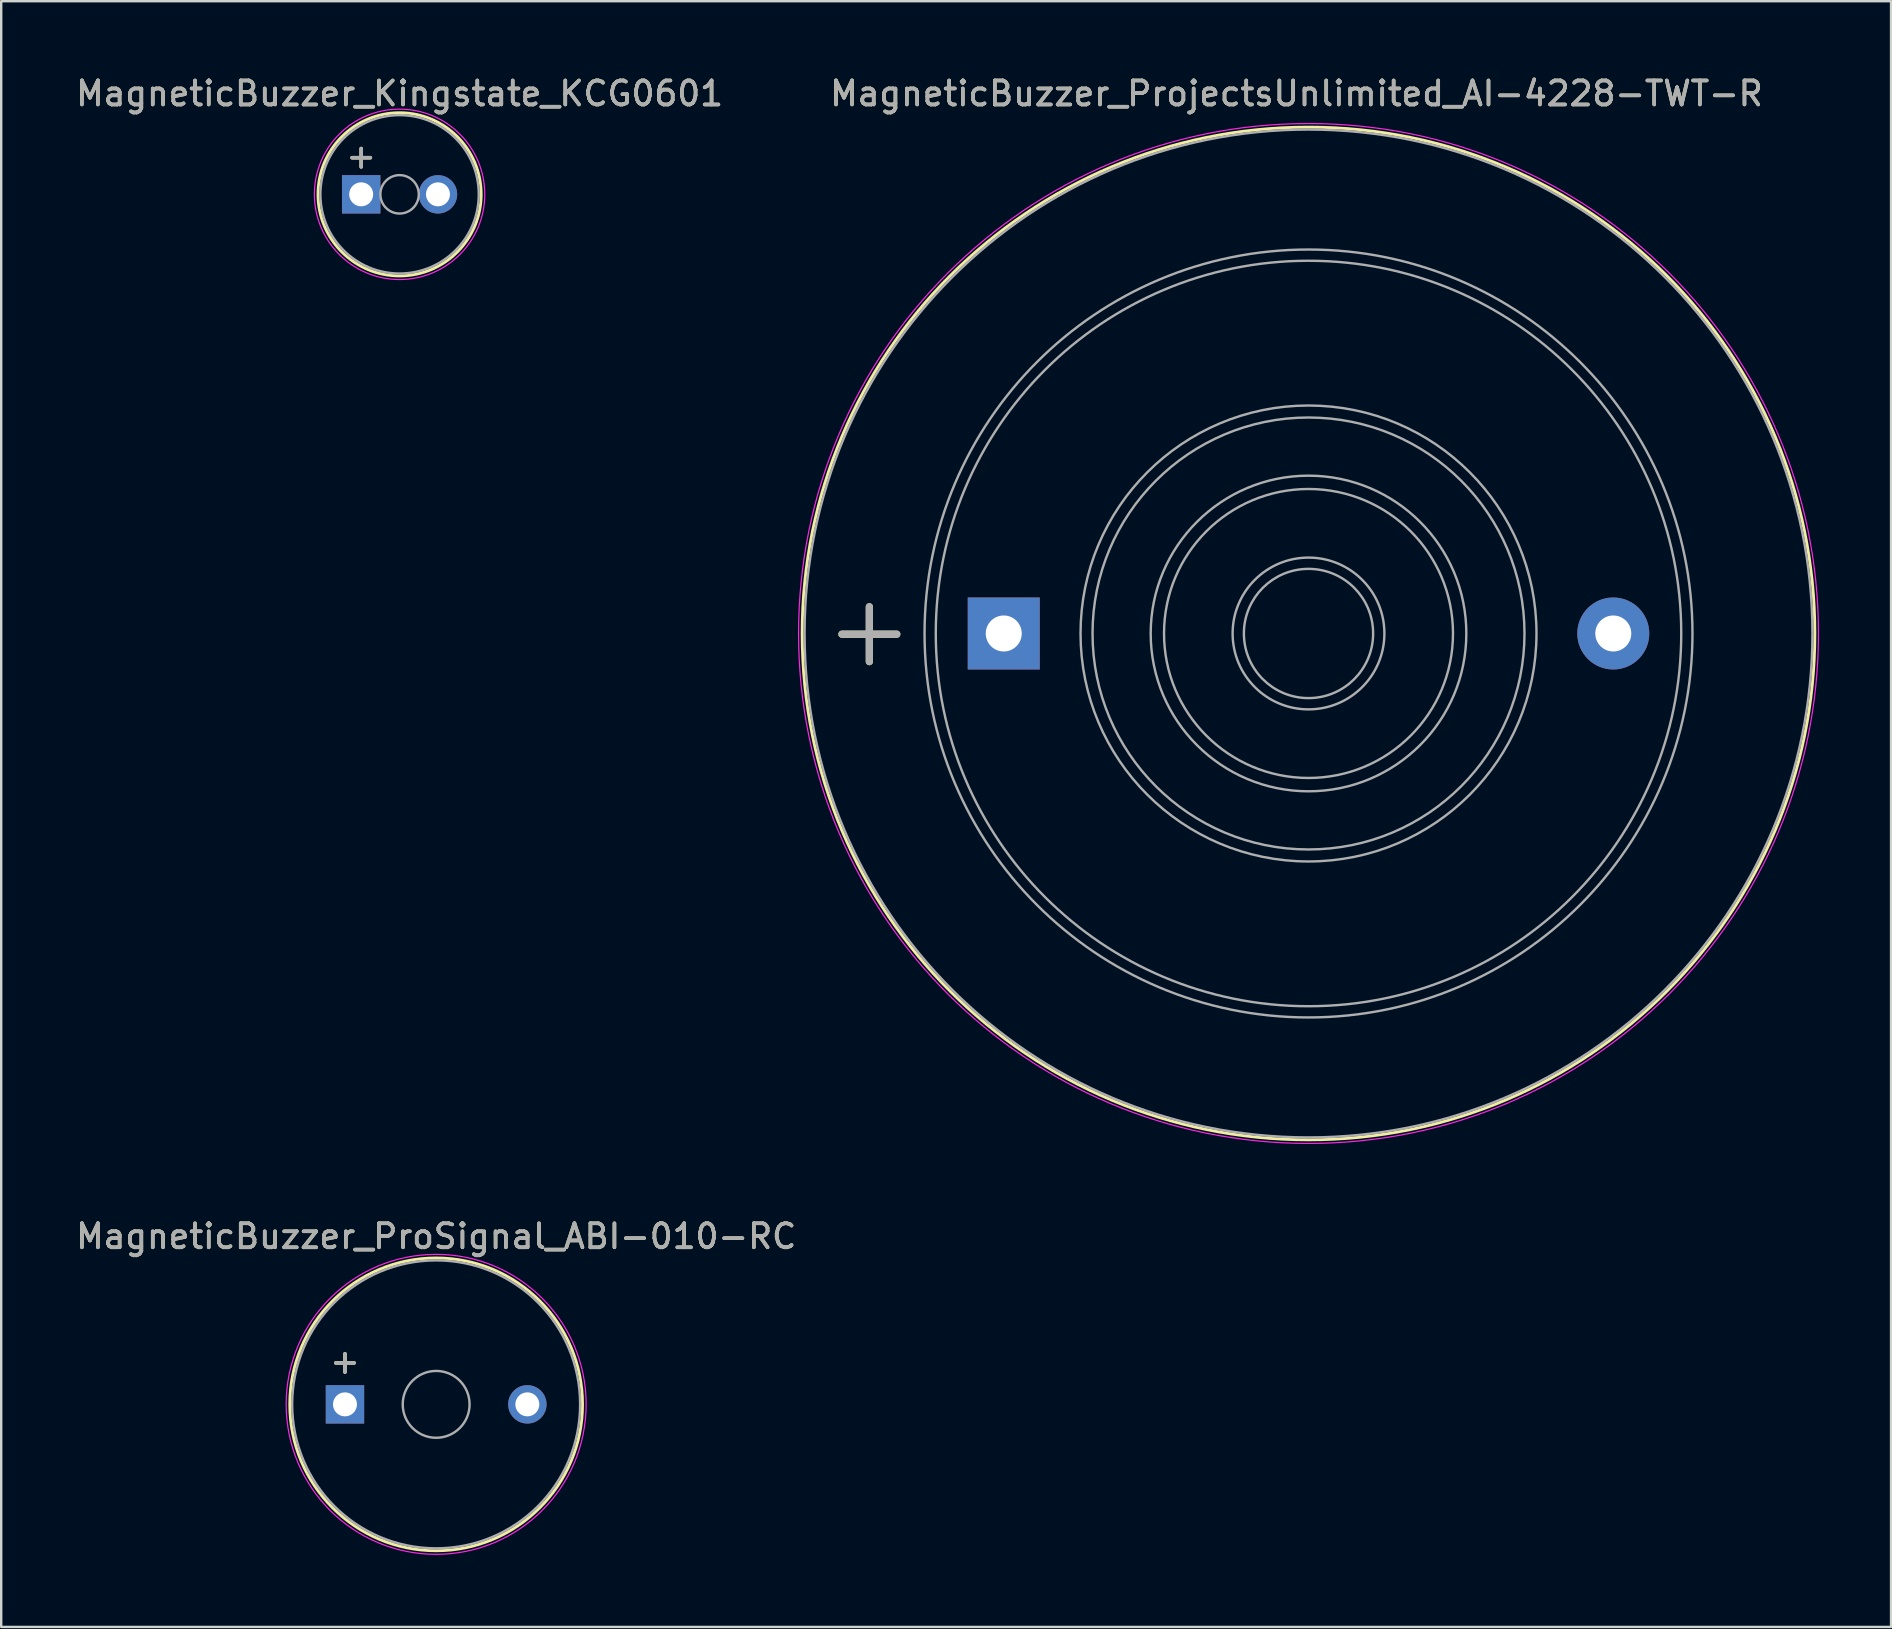
<source format=kicad_pcb>
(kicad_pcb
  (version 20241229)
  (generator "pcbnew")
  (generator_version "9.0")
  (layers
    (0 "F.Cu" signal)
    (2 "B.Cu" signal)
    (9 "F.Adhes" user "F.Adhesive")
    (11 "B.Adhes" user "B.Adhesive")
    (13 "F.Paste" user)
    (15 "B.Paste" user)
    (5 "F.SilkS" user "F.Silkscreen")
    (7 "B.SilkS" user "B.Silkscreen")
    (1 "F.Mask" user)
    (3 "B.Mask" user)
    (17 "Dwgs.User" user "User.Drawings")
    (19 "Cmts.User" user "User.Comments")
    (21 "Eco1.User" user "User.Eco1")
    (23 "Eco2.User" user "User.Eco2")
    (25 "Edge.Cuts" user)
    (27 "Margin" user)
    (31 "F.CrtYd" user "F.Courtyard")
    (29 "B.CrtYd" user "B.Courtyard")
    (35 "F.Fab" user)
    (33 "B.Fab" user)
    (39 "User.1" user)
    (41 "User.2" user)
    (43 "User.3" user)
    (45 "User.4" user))
  (footprint "MagneticBuzzer_ProSignal_ABI-010-RC"
    (layer "F.Cu")
    (at 11.325 55.471)
    (property "Reference" "MagneticBuzzer_ProSignal_ABI-010-RC" (at 3.8 -7 0) (layer "F.SilkS") (effects (font (size 1 1) (thickness 0.15))))
    (attr through_hole)
    (fp_circle (center 3.8 0) (end 9.9 0) (stroke (width 0.12) (type solid)) (fill no) (layer "F.SilkS"))
    (fp_circle (center 3.8 0) (end 10.05 0) (stroke (width 0.05) (type solid)) (fill no) (layer "F.CrtYd"))
    (fp_circle (center 3.8 0) (end 5.1 0.5) (stroke (width 0.1) (type solid)) (fill no) (layer "F.Fab"))
    (fp_circle (center 3.8 0) (end 9.8 0) (stroke (width 0.1) (type solid)) (fill no) (layer "F.Fab"))
    (fp_text user "+" (at 0 -1.8 0) (layer "F.SilkS") (effects (font (size 1 1) (thickness 0.15))))
    (fp_text user "+" (at 0 -1.8 0) (layer "F.Fab") (effects (font (size 1 1) (thickness 0.15))))
    (fp_text user "${REFERENCE}" (at 3.8 -7 0) (layer "F.Fab") (effects (font (size 1 1) (thickness 0.15))))
    (pad "1" thru_hole rect (at 0 0) (size 1.6 1.6) (drill 1) (layers "*.Cu" "*.Mask"))
    (pad "2" thru_hole circle (at 7.6 0) (size 1.6 1.6) (drill 1) (layers "*.Cu" "*.Mask")))
  (footprint "MagneticBuzzer_Kingstate_KCG0601"
    (layer "F.Cu")
    (at 12.001 5.048)
    (property "Reference" "MagneticBuzzer_Kingstate_KCG0601" (at 1.6 -4.2 0) (layer "F.SilkS") (effects (font (size 1 1) (thickness 0.15))))
    (attr through_hole)
    (fp_circle (center 1.6 0) (end 5 0) (stroke (width 0.12) (type solid)) (fill no) (layer "F.SilkS"))
    (fp_circle (center 1.6 0) (end 5.15 0) (stroke (width 0.05) (type solid)) (fill no) (layer "F.CrtYd"))
    (fp_circle (center 1.6 0) (end 2.4 0) (stroke (width 0.1) (type solid)) (fill no) (layer "F.Fab"))
    (fp_circle (center 1.6 0) (end 4.9 0) (stroke (width 0.1) (type solid)) (fill no) (layer "F.Fab"))
    (fp_text user "+" (at 0 -1.6 0) (layer "F.SilkS") (effects (font (size 1 1) (thickness 0.15))))
    (fp_text user "+" (at 0 -1.6 0) (layer "F.Fab") (effects (font (size 1 1) (thickness 0.15))))
    (fp_text user "${REFERENCE}" (at 1.6 -4.2 0) (layer "F.Fab") (effects (font (size 1 1) (thickness 0.15))))
    (pad "1" thru_hole rect (at 0 0) (size 1.6 1.6) (drill 1) (layers "*.Cu" "*.Mask"))
    (pad "2" thru_hole circle (at 3.2 0) (size 1.6 1.6) (drill 1) (layers "*.Cu" "*.Mask")))
  (footprint "MagneticBuzzer_ProjectsUnlimited_AI-4228-TWT-R"
    (layer "F.Cu")
    (at 38.777 23.348)
    (property "Reference" "MagneticBuzzer_ProjectsUnlimited_AI-4228-TWT-R" (at 12.2 -22.5 0) (layer "F.SilkS") (effects (font (size 1 1) (thickness 0.15))))
    (attr through_hole)
    (fp_circle (center 12.7 0) (end 33.8 0) (stroke (width 0.12) (type solid)) (fill no) (layer "F.SilkS"))
    (fp_circle (center 12.7 0) (end 33.95 0) (stroke (width 0.05) (type solid)) (fill no) (layer "F.CrtYd"))
    (fp_circle (center 12.7 0) (end 15.2 1) (stroke (width 0.1) (type solid)) (fill no) (layer "F.Fab"))
    (fp_circle (center 12.7 0) (end 15.7 1) (stroke (width 0.1) (type solid)) (fill no) (layer "F.Fab"))
    (fp_circle (center 12.7 0) (end 18.7 0.5) (stroke (width 0.1) (type solid)) (fill no) (layer "F.Fab"))
    (fp_circle (center 12.7 0) (end 19.2 1) (stroke (width 0.1) (type solid)) (fill no) (layer "F.Fab"))
    (fp_circle (center 12.7 0) (end 21.7 0) (stroke (width 0.1) (type solid)) (fill no) (layer "F.Fab"))
    (fp_circle (center 12.7 0) (end 22.2 0) (stroke (width 0.1) (type solid)) (fill no) (layer "F.Fab"))
    (fp_circle (center 12.7 0) (end 28.2 1) (stroke (width 0.1) (type solid)) (fill no) (layer "F.Fab"))
    (fp_circle (center 12.7 0) (end 28.7 0) (stroke (width 0.1) (type solid)) (fill no) (layer "F.Fab"))
    (fp_circle (center 12.7 0) (end 33.7 0) (stroke (width 0.1) (type solid)) (fill no) (layer "F.Fab"))
    (fp_text user "+" (at -5.6 -0.2 0) (layer "F.SilkS") (effects (font (size 3 3) (thickness 0.3))))
    (fp_text user "${REFERENCE}" (at 12.2 -22.5 0) (layer "F.Fab") (effects (font (size 1 1) (thickness 0.15))))
    (fp_text user "+" (at -5.6 -0.2 0) (layer "F.Fab") (effects (font (size 3 3) (thickness 0.3))))
    (pad "1" thru_hole rect (at 0 0) (size 3 3) (drill 1.5) (layers "*.Cu" "*.Mask"))
    (pad "2" thru_hole circle (at 25.4 0) (size 3 3) (drill 1.5) (layers "*.Cu" "*.Mask")))
  (gr_rect
    (start -3 -3)
    (end 75.752 64.746)
    (stroke (width 0.1) (type default))
    (fill no)
    (layer "Edge.Cuts")))
</source>
